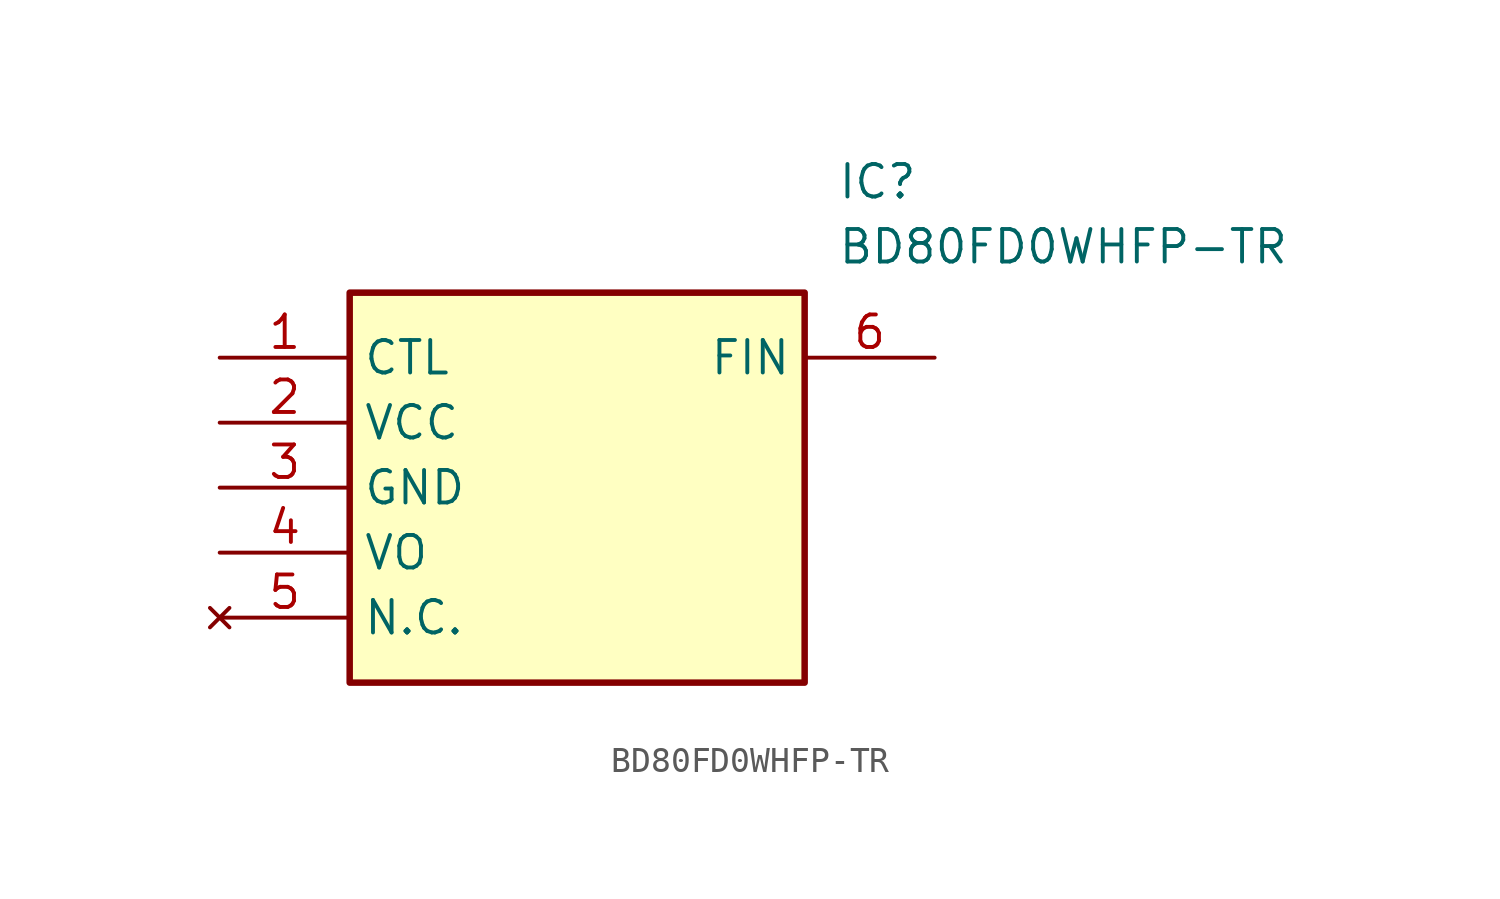
<source format=kicad_sym>
(kicad_symbol_lib
  (version 20211014)
  (generator SamacSys_ECAD_Model)
  (symbol "BD80FD0WHFP-TR"
    (property "Reference" "IC"
      (at 24.13 7.62 0)
      (effects (font (size 1.27 1.27)) (justify left top)))
    (property "Value" "BD80FD0WHFP-TR"
      (at 24.13 5.08 0)
      (effects (font (size 1.27 1.27)) (justify left top)))
    (rectangle
      (start 5.08 2.54)
      (end 22.86 -12.7)
      (stroke (width 0.254) (type default))
      (fill (type background)))
    (pin passive line
      (at 0 0 0)
      (length 5.08)
      (name "CTL" (effects (font (size 1.27 1.27))))
      (number "1" (effects (font (size 1.27 1.27)))))
    (pin passive line
      (at 0 -2.54 0)
      (length 5.08)
      (name "VCC" (effects (font (size 1.27 1.27))))
      (number "2" (effects (font (size 1.27 1.27)))))
    (pin passive line
      (at 0 -5.08 0)
      (length 5.08)
      (name "GND" (effects (font (size 1.27 1.27))))
      (number "3" (effects (font (size 1.27 1.27)))))
    (pin passive line
      (at 0 -7.62 0)
      (length 5.08)
      (name "VO" (effects (font (size 1.27 1.27))))
      (number "4" (effects (font (size 1.27 1.27)))))
    (pin no_connect line
      (at 0 -10.16 0)
      (length 5.08)
      (name "N.C." (effects (font (size 1.27 1.27))))
      (number "5" (effects (font (size 1.27 1.27)))))
    (pin passive line
      (at 27.94 0 180)
      (length 5.08)
      (name "FIN" (effects (font (size 1.27 1.27))))
      (number "6" (effects (font (size 1.27 1.27)))))))
</source>
